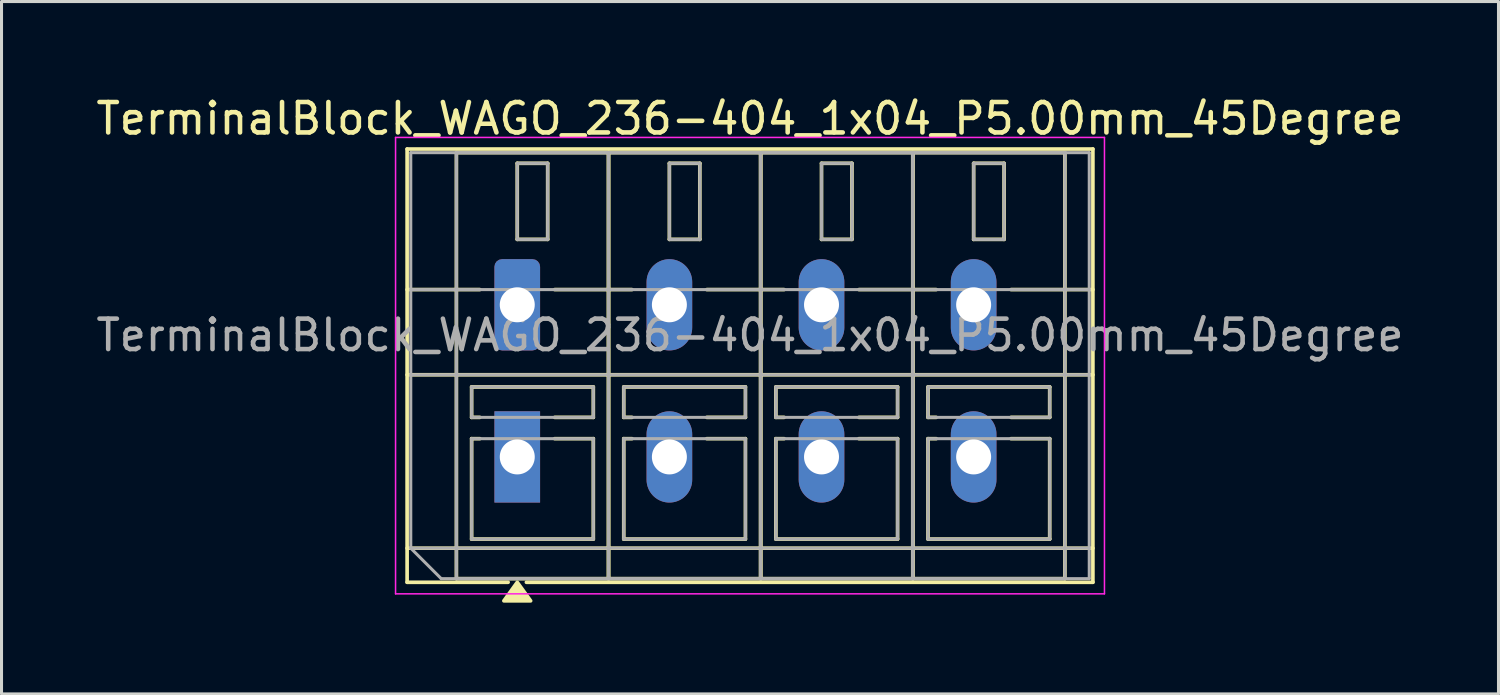
<source format=kicad_pcb>
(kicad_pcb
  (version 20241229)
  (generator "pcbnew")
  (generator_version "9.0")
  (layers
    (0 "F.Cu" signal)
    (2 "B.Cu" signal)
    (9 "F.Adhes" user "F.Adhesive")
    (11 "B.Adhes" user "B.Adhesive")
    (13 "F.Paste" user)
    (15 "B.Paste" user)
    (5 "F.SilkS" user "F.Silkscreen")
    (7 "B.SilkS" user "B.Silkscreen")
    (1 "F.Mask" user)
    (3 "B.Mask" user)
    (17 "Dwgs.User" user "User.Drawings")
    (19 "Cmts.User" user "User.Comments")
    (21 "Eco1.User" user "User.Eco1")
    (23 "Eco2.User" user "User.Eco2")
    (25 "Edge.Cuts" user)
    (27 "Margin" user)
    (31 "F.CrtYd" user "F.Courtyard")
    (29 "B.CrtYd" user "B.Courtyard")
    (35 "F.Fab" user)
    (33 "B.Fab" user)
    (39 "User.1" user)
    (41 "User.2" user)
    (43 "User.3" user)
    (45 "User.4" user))
  (footprint "TerminalBlock_WAGO_236-404_1x04_P5.00mm_45Degree"
    (layer "F.Cu")
    (at 13.951 6.968)
    (property "Reference" "TerminalBlock_WAGO_236-404_1x04_P5.00mm_45Degree" (at 7.65 -6.12 0) (layer "F.SilkS") (effects (font (size 1 1) (thickness 0.15))))
    (attr through_hole)
    (fp_line (start -3.62 -5.12) (end 18.92 -5.12) (stroke (width 0.12) (type solid)) (layer "F.SilkS"))
    (fp_line (start -3.62 -0.5) (end -1.23 -0.5) (stroke (width 0.12) (type solid)) (layer "F.SilkS"))
    (fp_line (start -3.62 2.3) (end 18.92 2.3) (stroke (width 0.12) (type solid)) (layer "F.SilkS"))
    (fp_line (start -3.62 8) (end 18.92 8) (stroke (width 0.12) (type solid)) (layer "F.SilkS"))
    (fp_line (start -3.62 9.12) (end -3.62 -5.12) (stroke (width 0.12) (type solid)) (layer "F.SilkS"))
    (fp_line (start -2 -5) (end 3 -5) (stroke (width 0.12) (type solid)) (layer "F.SilkS"))
    (fp_line (start -2 9) (end -2 -5) (stroke (width 0.12) (type solid)) (layer "F.SilkS"))
    (fp_line (start -1.5 2.7) (end 2.5 2.7) (stroke (width 0.12) (type solid)) (layer "F.SilkS"))
    (fp_line (start -1.5 3.7) (end -1.5 2.7) (stroke (width 0.12) (type solid)) (layer "F.SilkS"))
    (fp_line (start -1.5 4.4) (end -1.23 4.4) (stroke (width 0.12) (type solid)) (layer "F.SilkS"))
    (fp_line (start -1.5 7.7) (end -1.5 4.4) (stroke (width 0.12) (type solid)) (layer "F.SilkS"))
    (fp_line (start -1.23 3.7) (end -1.5 3.7) (stroke (width 0.12) (type solid)) (layer "F.SilkS"))
    (fp_line (start -0.3 9.12) (end -3.62 9.12) (stroke (width 0.12) (type solid)) (layer "F.SilkS"))
    (fp_line (start 0 -4.65) (end 1 -4.65) (stroke (width 0.12) (type solid)) (layer "F.SilkS"))
    (fp_line (start 0 -2.15) (end 0 -4.65) (stroke (width 0.12) (type solid)) (layer "F.SilkS"))
    (fp_line (start 1 -4.65) (end 1 -2.15) (stroke (width 0.12) (type solid)) (layer "F.SilkS"))
    (fp_line (start 1 -2.15) (end 0 -2.15) (stroke (width 0.12) (type solid)) (layer "F.SilkS"))
    (fp_line (start 1.23 -0.5) (end 3.77 -0.5) (stroke (width 0.12) (type solid)) (layer "F.SilkS"))
    (fp_line (start 1.23 4.4) (end 2.5 4.4) (stroke (width 0.12) (type solid)) (layer "F.SilkS"))
    (fp_line (start 2.5 2.7) (end 2.5 3.7) (stroke (width 0.12) (type solid)) (layer "F.SilkS"))
    (fp_line (start 2.5 3.7) (end 1.23 3.7) (stroke (width 0.12) (type solid)) (layer "F.SilkS"))
    (fp_line (start 2.5 4.4) (end 2.5 7.7) (stroke (width 0.12) (type solid)) (layer "F.SilkS"))
    (fp_line (start 2.5 7.7) (end -1.5 7.7) (stroke (width 0.12) (type solid)) (layer "F.SilkS"))
    (fp_line (start 3 -5) (end 3 9) (stroke (width 0.12) (type solid)) (layer "F.SilkS"))
    (fp_line (start 3 -5) (end 8 -5) (stroke (width 0.12) (type solid)) (layer "F.SilkS"))
    (fp_line (start 3 9) (end -2 9) (stroke (width 0.12) (type solid)) (layer "F.SilkS"))
    (fp_line (start 3 9) (end 3 -5) (stroke (width 0.12) (type solid)) (layer "F.SilkS"))
    (fp_line (start 3.5 2.7) (end 7.5 2.7) (stroke (width 0.12) (type solid)) (layer "F.SilkS"))
    (fp_line (start 3.5 3.7) (end 3.5 2.7) (stroke (width 0.12) (type solid)) (layer "F.SilkS"))
    (fp_line (start 3.5 4.4) (end 3.77 4.4) (stroke (width 0.12) (type solid)) (layer "F.SilkS"))
    (fp_line (start 3.5 7.7) (end 3.5 4.4) (stroke (width 0.12) (type solid)) (layer "F.SilkS"))
    (fp_line (start 3.77 3.7) (end 3.5 3.7) (stroke (width 0.12) (type solid)) (layer "F.SilkS"))
    (fp_line (start 5 -4.65) (end 6 -4.65) (stroke (width 0.12) (type solid)) (layer "F.SilkS"))
    (fp_line (start 5 -2.15) (end 5 -4.65) (stroke (width 0.12) (type solid)) (layer "F.SilkS"))
    (fp_line (start 6 -4.65) (end 6 -2.15) (stroke (width 0.12) (type solid)) (layer "F.SilkS"))
    (fp_line (start 6 -2.15) (end 5 -2.15) (stroke (width 0.12) (type solid)) (layer "F.SilkS"))
    (fp_line (start 6.23 -0.5) (end 8.77 -0.5) (stroke (width 0.12) (type solid)) (layer "F.SilkS"))
    (fp_line (start 6.23 4.4) (end 7.5 4.4) (stroke (width 0.12) (type solid)) (layer "F.SilkS"))
    (fp_line (start 7.5 2.7) (end 7.5 3.7) (stroke (width 0.12) (type solid)) (layer "F.SilkS"))
    (fp_line (start 7.5 3.7) (end 6.23 3.7) (stroke (width 0.12) (type solid)) (layer "F.SilkS"))
    (fp_line (start 7.5 4.4) (end 7.5 7.7) (stroke (width 0.12) (type solid)) (layer "F.SilkS"))
    (fp_line (start 7.5 7.7) (end 3.5 7.7) (stroke (width 0.12) (type solid)) (layer "F.SilkS"))
    (fp_line (start 8 -5) (end 8 9) (stroke (width 0.12) (type solid)) (layer "F.SilkS"))
    (fp_line (start 8 -5) (end 13 -5) (stroke (width 0.12) (type solid)) (layer "F.SilkS"))
    (fp_line (start 8 9) (end 3 9) (stroke (width 0.12) (type solid)) (layer "F.SilkS"))
    (fp_line (start 8 9) (end 8 -5) (stroke (width 0.12) (type solid)) (layer "F.SilkS"))
    (fp_line (start 8.5 2.7) (end 12.5 2.7) (stroke (width 0.12) (type solid)) (layer "F.SilkS"))
    (fp_line (start 8.5 3.7) (end 8.5 2.7) (stroke (width 0.12) (type solid)) (layer "F.SilkS"))
    (fp_line (start 8.5 4.4) (end 8.77 4.4) (stroke (width 0.12) (type solid)) (layer "F.SilkS"))
    (fp_line (start 8.5 7.7) (end 8.5 4.4) (stroke (width 0.12) (type solid)) (layer "F.SilkS"))
    (fp_line (start 8.77 3.7) (end 8.5 3.7) (stroke (width 0.12) (type solid)) (layer "F.SilkS"))
    (fp_line (start 10 -4.65) (end 11 -4.65) (stroke (width 0.12) (type solid)) (layer "F.SilkS"))
    (fp_line (start 10 -2.15) (end 10 -4.65) (stroke (width 0.12) (type solid)) (layer "F.SilkS"))
    (fp_line (start 11 -4.65) (end 11 -2.15) (stroke (width 0.12) (type solid)) (layer "F.SilkS"))
    (fp_line (start 11 -2.15) (end 10 -2.15) (stroke (width 0.12) (type solid)) (layer "F.SilkS"))
    (fp_line (start 11.23 -0.5) (end 13.77 -0.5) (stroke (width 0.12) (type solid)) (layer "F.SilkS"))
    (fp_line (start 11.23 4.4) (end 12.5 4.4) (stroke (width 0.12) (type solid)) (layer "F.SilkS"))
    (fp_line (start 12.5 2.7) (end 12.5 3.7) (stroke (width 0.12) (type solid)) (layer "F.SilkS"))
    (fp_line (start 12.5 3.7) (end 11.23 3.7) (stroke (width 0.12) (type solid)) (layer "F.SilkS"))
    (fp_line (start 12.5 4.4) (end 12.5 7.7) (stroke (width 0.12) (type solid)) (layer "F.SilkS"))
    (fp_line (start 12.5 7.7) (end 8.5 7.7) (stroke (width 0.12) (type solid)) (layer "F.SilkS"))
    (fp_line (start 13 -5) (end 13 9) (stroke (width 0.12) (type solid)) (layer "F.SilkS"))
    (fp_line (start 13 -5) (end 18 -5) (stroke (width 0.12) (type solid)) (layer "F.SilkS"))
    (fp_line (start 13 9) (end 8 9) (stroke (width 0.12) (type solid)) (layer "F.SilkS"))
    (fp_line (start 13 9) (end 13 -5) (stroke (width 0.12) (type solid)) (layer "F.SilkS"))
    (fp_line (start 13.5 2.7) (end 17.5 2.7) (stroke (width 0.12) (type solid)) (layer "F.SilkS"))
    (fp_line (start 13.5 3.7) (end 13.5 2.7) (stroke (width 0.12) (type solid)) (layer "F.SilkS"))
    (fp_line (start 13.5 4.4) (end 13.77 4.4) (stroke (width 0.12) (type solid)) (layer "F.SilkS"))
    (fp_line (start 13.5 7.7) (end 13.5 4.4) (stroke (width 0.12) (type solid)) (layer "F.SilkS"))
    (fp_line (start 13.77 3.7) (end 13.5 3.7) (stroke (width 0.12) (type solid)) (layer "F.SilkS"))
    (fp_line (start 15 -4.65) (end 16 -4.65) (stroke (width 0.12) (type solid)) (layer "F.SilkS"))
    (fp_line (start 15 -2.15) (end 15 -4.65) (stroke (width 0.12) (type solid)) (layer "F.SilkS"))
    (fp_line (start 16 -4.65) (end 16 -2.15) (stroke (width 0.12) (type solid)) (layer "F.SilkS"))
    (fp_line (start 16 -2.15) (end 15 -2.15) (stroke (width 0.12) (type solid)) (layer "F.SilkS"))
    (fp_line (start 16.23 -0.5) (end 18.92 -0.5) (stroke (width 0.12) (type solid)) (layer "F.SilkS"))
    (fp_line (start 16.23 4.4) (end 17.5 4.4) (stroke (width 0.12) (type solid)) (layer "F.SilkS"))
    (fp_line (start 17.5 2.7) (end 17.5 3.7) (stroke (width 0.12) (type solid)) (layer "F.SilkS"))
    (fp_line (start 17.5 3.7) (end 16.23 3.7) (stroke (width 0.12) (type solid)) (layer "F.SilkS"))
    (fp_line (start 17.5 4.4) (end 17.5 7.7) (stroke (width 0.12) (type solid)) (layer "F.SilkS"))
    (fp_line (start 17.5 7.7) (end 13.5 7.7) (stroke (width 0.12) (type solid)) (layer "F.SilkS"))
    (fp_line (start 18 -5) (end 18 9) (stroke (width 0.12) (type solid)) (layer "F.SilkS"))
    (fp_line (start 18 9) (end 13 9) (stroke (width 0.12) (type solid)) (layer "F.SilkS"))
    (fp_line (start 18.92 -5.12) (end 18.92 9.12) (stroke (width 0.12) (type solid)) (layer "F.SilkS"))
    (fp_line (start 18.92 9.12) (end 0.3 9.12) (stroke (width 0.12) (type solid)) (layer "F.SilkS"))
    (fp_poly (pts (xy 0 9.12) (xy 0.44 9.73) (xy -0.44 9.73)) (stroke (width 0.12) (type solid)) (fill yes) (layer "F.SilkS"))
    (fp_line (start -4 -5.5) (end -4 9.5) (stroke (width 0.05) (type solid)) (layer "F.CrtYd"))
    (fp_line (start -4 9.5) (end 19.3 9.5) (stroke (width 0.05) (type solid)) (layer "F.CrtYd"))
    (fp_line (start 19.3 -5.5) (end -4 -5.5) (stroke (width 0.05) (type solid)) (layer "F.CrtYd"))
    (fp_line (start 19.3 9.5) (end 19.3 -5.5) (stroke (width 0.05) (type solid)) (layer "F.CrtYd"))
    (fp_line (start -3.5 -5) (end 18.8 -5) (stroke (width 0.1) (type solid)) (layer "F.Fab"))
    (fp_line (start -3.5 -0.5) (end 18.8 -0.5) (stroke (width 0.1) (type solid)) (layer "F.Fab"))
    (fp_line (start -3.5 2.3) (end 18.8 2.3) (stroke (width 0.1) (type solid)) (layer "F.Fab"))
    (fp_line (start -3.5 8) (end -3.5 -5) (stroke (width 0.1) (type solid)) (layer "F.Fab"))
    (fp_line (start -3.5 8) (end 18.8 8) (stroke (width 0.1) (type solid)) (layer "F.Fab"))
    (fp_line (start -2.5 9) (end -3.5 8) (stroke (width 0.1) (type solid)) (layer "F.Fab"))
    (fp_line (start -2 -5) (end -2 9) (stroke (width 0.1) (type solid)) (layer "F.Fab"))
    (fp_line (start -2 9) (end 3 9) (stroke (width 0.1) (type solid)) (layer "F.Fab"))
    (fp_line (start -1.5 2.7) (end -1.5 3.7) (stroke (width 0.1) (type solid)) (layer "F.Fab"))
    (fp_line (start -1.5 3.7) (end 2.5 3.7) (stroke (width 0.1) (type solid)) (layer "F.Fab"))
    (fp_line (start -1.5 4.4) (end -1.5 7.7) (stroke (width 0.1) (type solid)) (layer "F.Fab"))
    (fp_line (start -1.5 7.7) (end 2.5 7.7) (stroke (width 0.1) (type solid)) (layer "F.Fab"))
    (fp_line (start 0 -4.65) (end 0 -2.15) (stroke (width 0.1) (type solid)) (layer "F.Fab"))
    (fp_line (start 0 -2.15) (end 1 -2.15) (stroke (width 0.1) (type solid)) (layer "F.Fab"))
    (fp_line (start 1 -4.65) (end 0 -4.65) (stroke (width 0.1) (type solid)) (layer "F.Fab"))
    (fp_line (start 1 -2.15) (end 1 -4.65) (stroke (width 0.1) (type solid)) (layer "F.Fab"))
    (fp_line (start 2.5 2.7) (end -1.5 2.7) (stroke (width 0.1) (type solid)) (layer "F.Fab"))
    (fp_line (start 2.5 3.7) (end 2.5 2.7) (stroke (width 0.1) (type solid)) (layer "F.Fab"))
    (fp_line (start 2.5 4.4) (end -1.5 4.4) (stroke (width 0.1) (type solid)) (layer "F.Fab"))
    (fp_line (start 2.5 7.7) (end 2.5 4.4) (stroke (width 0.1) (type solid)) (layer "F.Fab"))
    (fp_line (start 3 -5) (end -2 -5) (stroke (width 0.1) (type solid)) (layer "F.Fab"))
    (fp_line (start 3 -5) (end 3 9) (stroke (width 0.1) (type solid)) (layer "F.Fab"))
    (fp_line (start 3 9) (end 3 -5) (stroke (width 0.1) (type solid)) (layer "F.Fab"))
    (fp_line (start 3 9) (end 8 9) (stroke (width 0.1) (type solid)) (layer "F.Fab"))
    (fp_line (start 3.5 2.7) (end 3.5 3.7) (stroke (width 0.1) (type solid)) (layer "F.Fab"))
    (fp_line (start 3.5 3.7) (end 7.5 3.7) (stroke (width 0.1) (type solid)) (layer "F.Fab"))
    (fp_line (start 3.5 4.4) (end 3.5 7.7) (stroke (width 0.1) (type solid)) (layer "F.Fab"))
    (fp_line (start 3.5 7.7) (end 7.5 7.7) (stroke (width 0.1) (type solid)) (layer "F.Fab"))
    (fp_line (start 5 -4.65) (end 5 -2.15) (stroke (width 0.1) (type solid)) (layer "F.Fab"))
    (fp_line (start 5 -2.15) (end 6 -2.15) (stroke (width 0.1) (type solid)) (layer "F.Fab"))
    (fp_line (start 6 -4.65) (end 5 -4.65) (stroke (width 0.1) (type solid)) (layer "F.Fab"))
    (fp_line (start 6 -2.15) (end 6 -4.65) (stroke (width 0.1) (type solid)) (layer "F.Fab"))
    (fp_line (start 7.5 2.7) (end 3.5 2.7) (stroke (width 0.1) (type solid)) (layer "F.Fab"))
    (fp_line (start 7.5 3.7) (end 7.5 2.7) (stroke (width 0.1) (type solid)) (layer "F.Fab"))
    (fp_line (start 7.5 4.4) (end 3.5 4.4) (stroke (width 0.1) (type solid)) (layer "F.Fab"))
    (fp_line (start 7.5 7.7) (end 7.5 4.4) (stroke (width 0.1) (type solid)) (layer "F.Fab"))
    (fp_line (start 8 -5) (end 3 -5) (stroke (width 0.1) (type solid)) (layer "F.Fab"))
    (fp_line (start 8 -5) (end 8 9) (stroke (width 0.1) (type solid)) (layer "F.Fab"))
    (fp_line (start 8 9) (end 8 -5) (stroke (width 0.1) (type solid)) (layer "F.Fab"))
    (fp_line (start 8 9) (end 13 9) (stroke (width 0.1) (type solid)) (layer "F.Fab"))
    (fp_line (start 8.5 2.7) (end 8.5 3.7) (stroke (width 0.1) (type solid)) (layer "F.Fab"))
    (fp_line (start 8.5 3.7) (end 12.5 3.7) (stroke (width 0.1) (type solid)) (layer "F.Fab"))
    (fp_line (start 8.5 4.4) (end 8.5 7.7) (stroke (width 0.1) (type solid)) (layer "F.Fab"))
    (fp_line (start 8.5 7.7) (end 12.5 7.7) (stroke (width 0.1) (type solid)) (layer "F.Fab"))
    (fp_line (start 10 -4.65) (end 10 -2.15) (stroke (width 0.1) (type solid)) (layer "F.Fab"))
    (fp_line (start 10 -2.15) (end 11 -2.15) (stroke (width 0.1) (type solid)) (layer "F.Fab"))
    (fp_line (start 11 -4.65) (end 10 -4.65) (stroke (width 0.1) (type solid)) (layer "F.Fab"))
    (fp_line (start 11 -2.15) (end 11 -4.65) (stroke (width 0.1) (type solid)) (layer "F.Fab"))
    (fp_line (start 12.5 2.7) (end 8.5 2.7) (stroke (width 0.1) (type solid)) (layer "F.Fab"))
    (fp_line (start 12.5 3.7) (end 12.5 2.7) (stroke (width 0.1) (type solid)) (layer "F.Fab"))
    (fp_line (start 12.5 4.4) (end 8.5 4.4) (stroke (width 0.1) (type solid)) (layer "F.Fab"))
    (fp_line (start 12.5 7.7) (end 12.5 4.4) (stroke (width 0.1) (type solid)) (layer "F.Fab"))
    (fp_line (start 13 -5) (end 8 -5) (stroke (width 0.1) (type solid)) (layer "F.Fab"))
    (fp_line (start 13 -5) (end 13 9) (stroke (width 0.1) (type solid)) (layer "F.Fab"))
    (fp_line (start 13 9) (end 13 -5) (stroke (width 0.1) (type solid)) (layer "F.Fab"))
    (fp_line (start 13 9) (end 18 9) (stroke (width 0.1) (type solid)) (layer "F.Fab"))
    (fp_line (start 13.5 2.7) (end 13.5 3.7) (stroke (width 0.1) (type solid)) (layer "F.Fab"))
    (fp_line (start 13.5 3.7) (end 17.5 3.7) (stroke (width 0.1) (type solid)) (layer "F.Fab"))
    (fp_line (start 13.5 4.4) (end 13.5 7.7) (stroke (width 0.1) (type solid)) (layer "F.Fab"))
    (fp_line (start 13.5 7.7) (end 17.5 7.7) (stroke (width 0.1) (type solid)) (layer "F.Fab"))
    (fp_line (start 15 -4.65) (end 15 -2.15) (stroke (width 0.1) (type solid)) (layer "F.Fab"))
    (fp_line (start 15 -2.15) (end 16 -2.15) (stroke (width 0.1) (type solid)) (layer "F.Fab"))
    (fp_line (start 16 -4.65) (end 15 -4.65) (stroke (width 0.1) (type solid)) (layer "F.Fab"))
    (fp_line (start 16 -2.15) (end 16 -4.65) (stroke (width 0.1) (type solid)) (layer "F.Fab"))
    (fp_line (start 17.5 2.7) (end 13.5 2.7) (stroke (width 0.1) (type solid)) (layer "F.Fab"))
    (fp_line (start 17.5 3.7) (end 17.5 2.7) (stroke (width 0.1) (type solid)) (layer "F.Fab"))
    (fp_line (start 17.5 4.4) (end 13.5 4.4) (stroke (width 0.1) (type solid)) (layer "F.Fab"))
    (fp_line (start 17.5 7.7) (end 17.5 4.4) (stroke (width 0.1) (type solid)) (layer "F.Fab"))
    (fp_line (start 18 -5) (end 13 -5) (stroke (width 0.1) (type solid)) (layer "F.Fab"))
    (fp_line (start 18 9) (end 18 -5) (stroke (width 0.1) (type solid)) (layer "F.Fab"))
    (fp_line (start 18.8 -5) (end 18.8 9) (stroke (width 0.1) (type solid)) (layer "F.Fab"))
    (fp_line (start 18.8 9) (end -2.5 9) (stroke (width 0.1) (type solid)) (layer "F.Fab"))
    (fp_text user "${REFERENCE}" (at 7.65 1 0) (layer "F.Fab") (effects (font (size 1 1) (thickness 0.15))))
    (pad "1" thru_hole roundrect (at 0 0) (size 1.5 3) (drill 1.15) (layers "*.Cu" "*.Mask") (roundrect_rratio 0.167))
    (pad "1" thru_hole rect (at 0 5) (size 1.5 3) (drill 1.15) (layers "*.Cu" "*.Mask"))
    (pad "2" thru_hole oval (at 5 0) (size 1.5 3) (drill 1.15) (layers "*.Cu" "*.Mask"))
    (pad "2" thru_hole oval (at 5 5) (size 1.5 3) (drill 1.15) (layers "*.Cu" "*.Mask"))
    (pad "3" thru_hole oval (at 10 0) (size 1.5 3) (drill 1.15) (layers "*.Cu" "*.Mask"))
    (pad "3" thru_hole oval (at 10 5) (size 1.5 3) (drill 1.15) (layers "*.Cu" "*.Mask"))
    (pad "4" thru_hole oval (at 15 0) (size 1.5 3) (drill 1.15) (layers "*.Cu" "*.Mask"))
    (pad "4" thru_hole oval (at 15 5) (size 1.5 3) (drill 1.15) (layers "*.Cu" "*.Mask")))
  (gr_rect
    (start -3 -3)
    (end 46.202 19.758)
    (stroke (width 0.1) (type default))
    (fill no)
    (layer "Edge.Cuts")))
</source>
